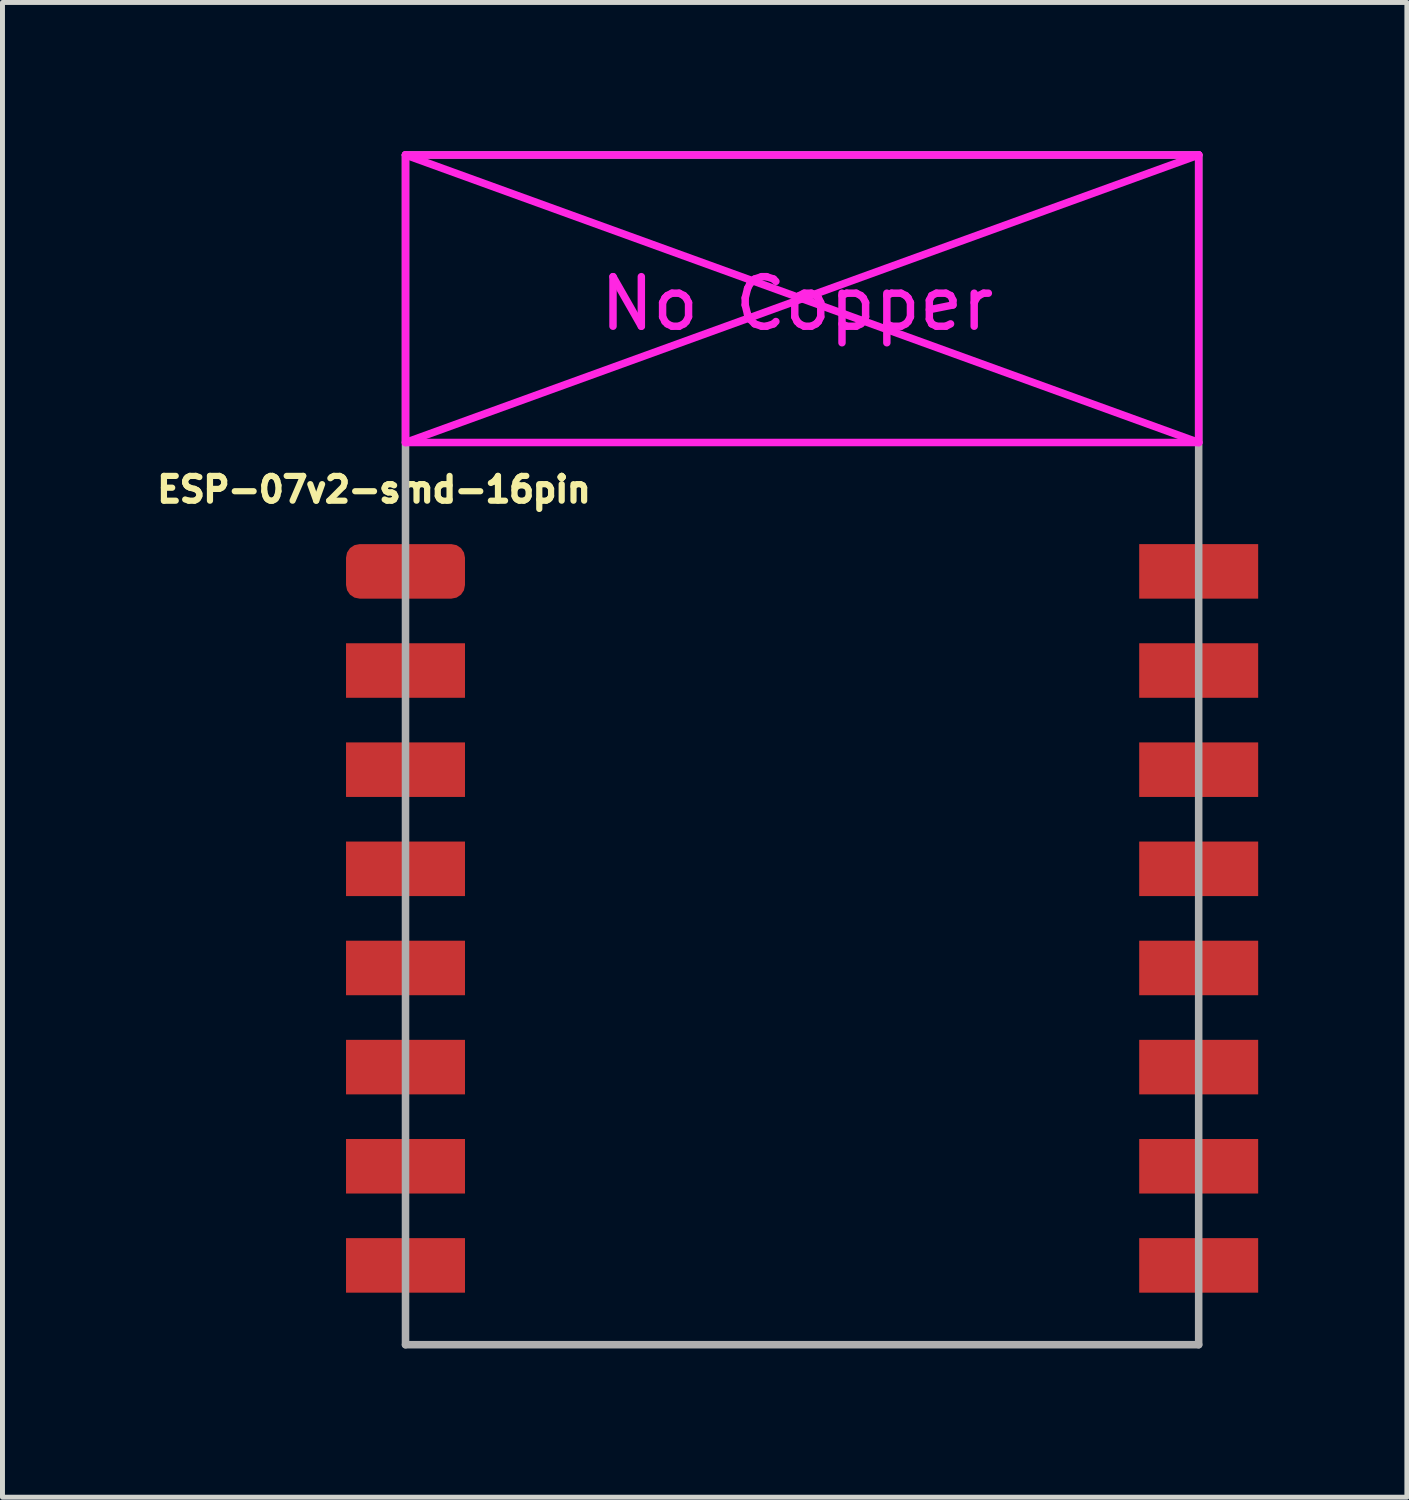
<source format=kicad_pcb>
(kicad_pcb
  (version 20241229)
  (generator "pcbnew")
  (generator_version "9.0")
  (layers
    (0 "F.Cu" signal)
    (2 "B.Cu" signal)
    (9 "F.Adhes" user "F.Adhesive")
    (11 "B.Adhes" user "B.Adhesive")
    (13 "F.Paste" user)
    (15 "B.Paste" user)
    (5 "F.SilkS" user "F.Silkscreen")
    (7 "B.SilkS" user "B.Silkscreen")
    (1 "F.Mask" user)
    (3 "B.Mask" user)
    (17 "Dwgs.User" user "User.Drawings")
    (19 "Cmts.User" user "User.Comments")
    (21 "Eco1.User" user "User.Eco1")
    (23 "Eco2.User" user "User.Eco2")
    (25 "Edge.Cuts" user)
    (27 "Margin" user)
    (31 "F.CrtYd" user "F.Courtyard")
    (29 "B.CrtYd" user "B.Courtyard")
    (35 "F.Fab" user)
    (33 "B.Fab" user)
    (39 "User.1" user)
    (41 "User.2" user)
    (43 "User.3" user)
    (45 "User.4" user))
  (footprint "ESP-07v2-smd-16pin"
    (layer "F.Cu")
    (at 5.13 8.476)
    (property "Reference" "ESP-07v2-smd-16pin" (at -0.635 -1.651 0) (layer "F.SilkS") (effects (font (size 0.5 0.5) (thickness 0.125))))
    (attr through_hole)
    (fp_line (start 0 -8.4) (end 0 -2.6) (stroke (width 0.152) (type solid)) (layer "F.CrtYd"))
    (fp_line (start 0 -8.4) (end 16 -2.6) (stroke (width 0.152) (type solid)) (layer "F.CrtYd"))
    (fp_line (start 0 -2.6) (end 16 -2.6) (stroke (width 0.152) (type solid)) (layer "F.CrtYd"))
    (fp_line (start 16 -8.4) (end 0 -8.4) (stroke (width 0.152) (type solid)) (layer "F.CrtYd"))
    (fp_line (start 16 -8.4) (end 0 -2.6) (stroke (width 0.152) (type solid)) (layer "F.CrtYd"))
    (fp_line (start 16 -2.6) (end 16 -8.4) (stroke (width 0.152) (type solid)) (layer "F.CrtYd"))
    (fp_line (start 0 -8.4) (end 16 -8.4) (stroke (width 0.152) (type solid)) (layer "F.Fab"))
    (fp_line (start 0 15.6) (end 0 -8.4) (stroke (width 0.152) (type solid)) (layer "F.Fab"))
    (fp_line (start 16 -8.4) (end 16 15.6) (stroke (width 0.152) (type solid)) (layer "F.Fab"))
    (fp_line (start 16 15.6) (end 0 15.6) (stroke (width 0.152) (type solid)) (layer "F.Fab"))
    (fp_text user "No Copper" (at 7.9 -5.4 0) (layer "F.CrtYd") (effects (font (size 1 1) (thickness 0.15))))
    (pad "1" smd roundrect (at 0 0) (size 2.4 1.1) (layers "F.Cu" "F.Mask" "F.Paste") (roundrect_rratio 0.25))
    (pad "2" smd rect (at 0 2) (size 2.4 1.1) (layers "F.Cu" "F.Mask" "F.Paste"))
    (pad "3" smd rect (at 0 4) (size 2.4 1.1) (layers "F.Cu" "F.Mask" "F.Paste"))
    (pad "4" smd rect (at 0 6) (size 2.4 1.1) (layers "F.Cu" "F.Mask" "F.Paste"))
    (pad "5" smd rect (at 0 8) (size 2.4 1.1) (layers "F.Cu" "F.Mask" "F.Paste"))
    (pad "6" smd rect (at 0 10) (size 2.4 1.1) (layers "F.Cu" "F.Mask" "F.Paste"))
    (pad "7" smd rect (at 0 12) (size 2.4 1.1) (layers "F.Cu" "F.Mask" "F.Paste"))
    (pad "8" smd rect (at 0 14) (size 2.4 1.1) (layers "F.Cu" "F.Mask" "F.Paste"))
    (pad "9" smd rect (at 16 14) (size 2.4 1.1) (layers "F.Cu" "F.Mask" "F.Paste"))
    (pad "10" smd rect (at 16 12) (size 2.4 1.1) (layers "F.Cu" "F.Mask" "F.Paste"))
    (pad "11" smd rect (at 16 10) (size 2.4 1.1) (layers "F.Cu" "F.Mask" "F.Paste"))
    (pad "12" smd rect (at 16 8) (size 2.4 1.1) (layers "F.Cu" "F.Mask" "F.Paste"))
    (pad "13" smd rect (at 16 6) (size 2.4 1.1) (layers "F.Cu" "F.Mask" "F.Paste"))
    (pad "14" smd rect (at 16 4) (size 2.4 1.1) (layers "F.Cu" "F.Mask" "F.Paste"))
    (pad "15" smd rect (at 16 2) (size 2.4 1.1) (layers "F.Cu" "F.Mask" "F.Paste"))
    (pad "16" smd rect (at 16 0) (size 2.4 1.1) (layers "F.Cu" "F.Mask" "F.Paste")))
  (gr_rect
    (start -3 -3)
    (end 25.33 27.152)
    (stroke (width 0.1) (type default))
    (fill no)
    (layer "Edge.Cuts")))
</source>
